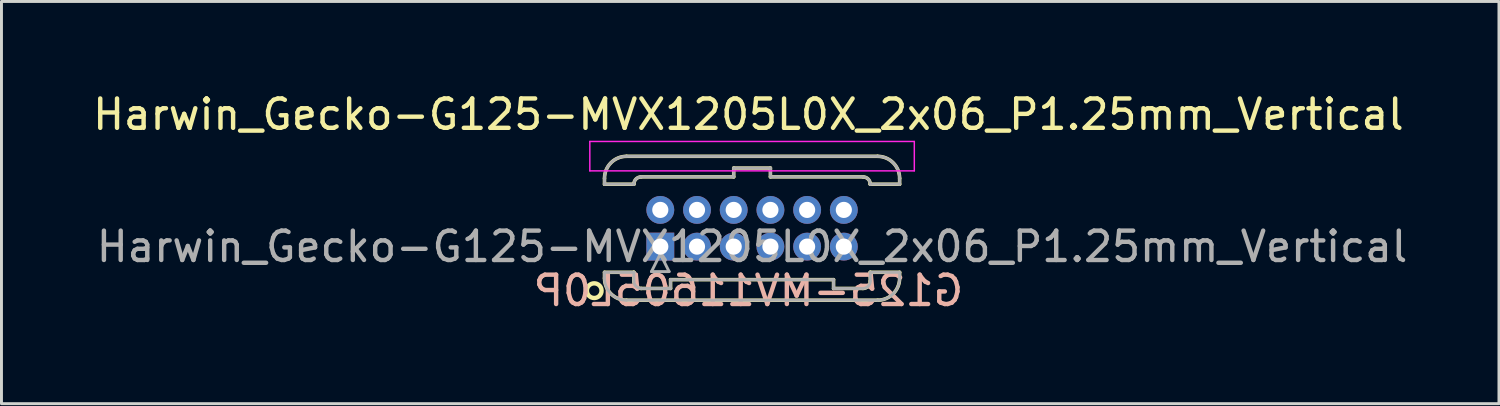
<source format=kicad_pcb>
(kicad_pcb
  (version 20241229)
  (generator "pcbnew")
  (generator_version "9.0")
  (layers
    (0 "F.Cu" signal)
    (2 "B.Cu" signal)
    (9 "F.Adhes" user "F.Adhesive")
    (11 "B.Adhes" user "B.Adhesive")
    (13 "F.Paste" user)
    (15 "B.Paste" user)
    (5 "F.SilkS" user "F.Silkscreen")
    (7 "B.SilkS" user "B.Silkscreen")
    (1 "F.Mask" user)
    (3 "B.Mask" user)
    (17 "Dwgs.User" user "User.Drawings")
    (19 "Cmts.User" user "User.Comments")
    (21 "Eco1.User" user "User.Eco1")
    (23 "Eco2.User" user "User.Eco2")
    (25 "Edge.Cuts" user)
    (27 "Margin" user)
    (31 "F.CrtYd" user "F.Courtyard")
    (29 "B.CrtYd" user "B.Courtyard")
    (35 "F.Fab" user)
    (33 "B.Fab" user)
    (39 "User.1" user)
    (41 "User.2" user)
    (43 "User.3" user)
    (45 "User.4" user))
  (footprint "Harwin_Gecko-G125-MVX1205L0X_2x06_P1.25mm_Vertical"
    (layer "F.Cu")
    (at 19.435 5.348)
    (property "Reference" "Harwin_Gecko-G125-MVX1205L0X_2x06_P1.25mm_Vertical" (at 3 -4.5 0) (layer "F.SilkS") (effects (font (size 1 1) (thickness 0.15))))
    (attr through_hole)
    (fp_line (start -1.9 -2.325) (end -1.9 -2.125) (stroke (width 0.12) (type solid)) (layer "F.SilkS"))
    (fp_line (start -1.9 -2.125) (end -0.9 -2.125) (stroke (width 0.12) (type solid)) (layer "F.SilkS"))
    (fp_line (start -1.9 0.875) (end -0.9 0.875) (stroke (width 0.12) (type solid)) (layer "F.SilkS"))
    (fp_line (start -1.9 1.075) (end -1.9 0.875) (stroke (width 0.12) (type solid)) (layer "F.SilkS"))
    (fp_line (start -1.15 -3.075) (end 7.4 -3.075) (stroke (width 0.12) (type solid)) (layer "F.SilkS"))
    (fp_line (start -1.15 1.825) (end 7.4 1.825) (stroke (width 0.12) (type solid)) (layer "F.SilkS"))
    (fp_line (start -0.9 -2.125) (end -0.9 -2.125) (stroke (width 0.12) (type solid)) (layer "F.SilkS"))
    (fp_line (start -0.9 0.875) (end -0.9 0.875) (stroke (width 0.12) (type solid)) (layer "F.SilkS"))
    (fp_line (start -0.9 1.175) (end -0.9 0.875) (stroke (width 0.12) (type solid)) (layer "F.SilkS"))
    (fp_line (start -0.65 -2.375) (end 2.5 -2.375) (stroke (width 0.12) (type solid)) (layer "F.SilkS"))
    (fp_line (start -0.65 1.425) (end 0.35 1.425) (stroke (width 0.12) (type solid)) (layer "F.SilkS"))
    (fp_line (start 0.35 1.125) (end 5.9 1.125) (stroke (width 0.12) (type solid)) (layer "F.SilkS"))
    (fp_line (start 0.35 1.425) (end 0.35 1.125) (stroke (width 0.12) (type solid)) (layer "F.SilkS"))
    (fp_line (start 2.5 -2.675) (end 3.75 -2.675) (stroke (width 0.12) (type solid)) (layer "F.SilkS"))
    (fp_line (start 2.5 -2.375) (end 2.5 -2.675) (stroke (width 0.12) (type solid)) (layer "F.SilkS"))
    (fp_line (start 3.75 -2.675) (end 3.75 -2.375) (stroke (width 0.12) (type solid)) (layer "F.SilkS"))
    (fp_line (start 3.75 -2.375) (end 6.9 -2.375) (stroke (width 0.12) (type solid)) (layer "F.SilkS"))
    (fp_line (start 5.9 1.125) (end 5.9 1.425) (stroke (width 0.12) (type solid)) (layer "F.SilkS"))
    (fp_line (start 5.9 1.425) (end 6.9 1.425) (stroke (width 0.12) (type solid)) (layer "F.SilkS"))
    (fp_line (start 7.15 -2.125) (end 7.15 -2.125) (stroke (width 0.12) (type solid)) (layer "F.SilkS"))
    (fp_line (start 7.15 0.875) (end 7.15 0.875) (stroke (width 0.12) (type solid)) (layer "F.SilkS"))
    (fp_line (start 7.15 1.175) (end 7.15 0.875) (stroke (width 0.12) (type solid)) (layer "F.SilkS"))
    (fp_line (start 8.15 -2.325) (end 8.15 -2.125) (stroke (width 0.12) (type solid)) (layer "F.SilkS"))
    (fp_line (start 8.15 -2.125) (end 7.15 -2.125) (stroke (width 0.12) (type solid)) (layer "F.SilkS"))
    (fp_line (start 8.15 0.875) (end 7.15 0.875) (stroke (width 0.12) (type solid)) (layer "F.SilkS"))
    (fp_line (start 8.15 1.075) (end 8.15 0.875) (stroke (width 0.12) (type solid)) (layer "F.SilkS"))
    (fp_arc (start -1.9 -2.325) (mid -1.68033 -2.85533) (end -1.15 -3.075) (stroke (width 0.12) (type solid)) (layer "F.SilkS"))
    (fp_arc (start -1.15 1.825) (mid -1.68033 1.60533) (end -1.9 1.075) (stroke (width 0.12) (type solid)) (layer "F.SilkS"))
    (fp_arc (start -0.9 -2.125) (mid -0.826777 -2.301777) (end -0.65 -2.375) (stroke (width 0.12) (type solid)) (layer "F.SilkS"))
    (fp_arc (start -0.65 1.425) (mid -0.826777 1.351777) (end -0.9 1.175) (stroke (width 0.12) (type solid)) (layer "F.SilkS"))
    (fp_arc (start 6.9 -2.375) (mid 7.076777 -2.301777) (end 7.15 -2.125) (stroke (width 0.12) (type solid)) (layer "F.SilkS"))
    (fp_arc (start 7.15 1.175) (mid 7.076777 1.351777) (end 6.9 1.425) (stroke (width 0.12) (type solid)) (layer "F.SilkS"))
    (fp_arc (start 7.4 -3.075) (mid 7.93033 -2.85533) (end 8.15 -2.325) (stroke (width 0.12) (type solid)) (layer "F.SilkS"))
    (fp_arc (start 8.15 1.075) (mid 7.93033 1.60533) (end 7.4 1.825) (stroke (width 0.12) (type solid)) (layer "F.SilkS"))
    (fp_circle (center -2.25 1.5) (end -2 1.5) (stroke (width 0.15) (type solid)) (fill no) (layer "F.SilkS"))
    (fp_line (start -2.4 -3.58) (end -2.4 -2.58) (stroke (width 0.05) (type solid)) (layer "F.CrtYd"))
    (fp_line (start -2.4 -2.58) (end 8.65 -2.58) (stroke (width 0.05) (type solid)) (layer "F.CrtYd"))
    (fp_line (start 8.65 -3.58) (end -2.4 -3.58) (stroke (width 0.05) (type solid)) (layer "F.CrtYd"))
    (fp_line (start 8.65 -2.58) (end 8.65 -3.58) (stroke (width 0.05) (type solid)) (layer "F.CrtYd"))
    (fp_line (start -1.9 -2.325) (end -1.9 -2.125) (stroke (width 0.1) (type solid)) (layer "F.Fab"))
    (fp_line (start -1.9 -2.125) (end -0.9 -2.125) (stroke (width 0.1) (type solid)) (layer "F.Fab"))
    (fp_line (start -1.9 0.875) (end -0.9 0.875) (stroke (width 0.1) (type solid)) (layer "F.Fab"))
    (fp_line (start -1.9 1.075) (end -1.9 0.875) (stroke (width 0.1) (type solid)) (layer "F.Fab"))
    (fp_line (start -1.15 -3.075) (end 7.4 -3.075) (stroke (width 0.1) (type solid)) (layer "F.Fab"))
    (fp_line (start -1.15 1.825) (end 7.4 1.825) (stroke (width 0.1) (type solid)) (layer "F.Fab"))
    (fp_line (start -0.9 -2.125) (end -0.9 -2.125) (stroke (width 0.1) (type solid)) (layer "F.Fab"))
    (fp_line (start -0.9 0.875) (end -0.9 0.875) (stroke (width 0.1) (type solid)) (layer "F.Fab"))
    (fp_line (start -0.9 1.175) (end -0.9 0.875) (stroke (width 0.1) (type solid)) (layer "F.Fab"))
    (fp_line (start -0.65 -2.375) (end 2.5 -2.375) (stroke (width 0.1) (type solid)) (layer "F.Fab"))
    (fp_line (start -0.65 1.425) (end 0.35 1.425) (stroke (width 0.1) (type solid)) (layer "F.Fab"))
    (fp_line (start -0.3 0.85) (end 0.3 0.85) (stroke (width 0.1) (type solid)) (layer "F.Fab"))
    (fp_line (start 0 0.25) (end -0.3 0.85) (stroke (width 0.1) (type solid)) (layer "F.Fab"))
    (fp_line (start 0.3 0.85) (end 0 0.25) (stroke (width 0.1) (type solid)) (layer "F.Fab"))
    (fp_line (start 0.35 1.125) (end 5.9 1.125) (stroke (width 0.1) (type solid)) (layer "F.Fab"))
    (fp_line (start 0.35 1.425) (end 0.35 1.125) (stroke (width 0.1) (type solid)) (layer "F.Fab"))
    (fp_line (start 2.5 -2.675) (end 3.75 -2.675) (stroke (width 0.1) (type solid)) (layer "F.Fab"))
    (fp_line (start 2.5 -2.375) (end 2.5 -2.675) (stroke (width 0.1) (type solid)) (layer "F.Fab"))
    (fp_line (start 3.75 -2.675) (end 3.75 -2.375) (stroke (width 0.1) (type solid)) (layer "F.Fab"))
    (fp_line (start 3.75 -2.375) (end 6.9 -2.375) (stroke (width 0.1) (type solid)) (layer "F.Fab"))
    (fp_line (start 5.9 1.125) (end 5.9 1.425) (stroke (width 0.1) (type solid)) (layer "F.Fab"))
    (fp_line (start 5.9 1.425) (end 6.9 1.425) (stroke (width 0.1) (type solid)) (layer "F.Fab"))
    (fp_line (start 7.15 -2.125) (end 7.15 -2.125) (stroke (width 0.1) (type solid)) (layer "F.Fab"))
    (fp_line (start 7.15 0.875) (end 7.15 0.875) (stroke (width 0.1) (type solid)) (layer "F.Fab"))
    (fp_line (start 7.15 1.175) (end 7.15 0.875) (stroke (width 0.1) (type solid)) (layer "F.Fab"))
    (fp_line (start 8.15 -2.325) (end 8.15 -2.125) (stroke (width 0.1) (type solid)) (layer "F.Fab"))
    (fp_line (start 8.15 -2.125) (end 7.15 -2.125) (stroke (width 0.1) (type solid)) (layer "F.Fab"))
    (fp_line (start 8.15 0.875) (end 7.15 0.875) (stroke (width 0.1) (type solid)) (layer "F.Fab"))
    (fp_line (start 8.15 1.075) (end 8.15 0.875) (stroke (width 0.1) (type solid)) (layer "F.Fab"))
    (fp_arc (start -1.9 -2.325) (mid -1.68033 -2.85533) (end -1.15 -3.075) (stroke (width 0.1) (type solid)) (layer "F.Fab"))
    (fp_arc (start -1.15 1.825) (mid -1.68033 1.60533) (end -1.9 1.075) (stroke (width 0.1) (type solid)) (layer "F.Fab"))
    (fp_arc (start -0.9 -2.125) (mid -0.826777 -2.301777) (end -0.65 -2.375) (stroke (width 0.1) (type solid)) (layer "F.Fab"))
    (fp_arc (start -0.65 1.425) (mid -0.826777 1.351777) (end -0.9 1.175) (stroke (width 0.1) (type solid)) (layer "F.Fab"))
    (fp_arc (start 6.9 -2.375) (mid 7.076777 -2.301777) (end 7.15 -2.125) (stroke (width 0.1) (type solid)) (layer "F.Fab"))
    (fp_arc (start 7.15 1.175) (mid 7.076777 1.351777) (end 6.9 1.425) (stroke (width 0.1) (type solid)) (layer "F.Fab"))
    (fp_arc (start 7.4 -3.075) (mid 7.93033 -2.85533) (end 8.15 -2.325) (stroke (width 0.1) (type solid)) (layer "F.Fab"))
    (fp_arc (start 8.15 1.075) (mid 7.93033 1.60533) (end 7.4 1.825) (stroke (width 0.1) (type solid)) (layer "F.Fab"))
    (fp_text user "G125-MV11605L0P" (at 3 1.5 0) (layer "B.SilkS") (effects (font (size 1 1) (thickness 0.15)) (justify mirror)))
    (fp_text user "${REFERENCE}" (at 3.125 0 0) (layer "F.Fab") (effects (font (size 1 1) (thickness 0.15))))
    (pad "1" thru_hole rect (at 0 0) (size 0.95 0.95) (drill 0.55) (layers "*.Cu" "*.Mask"))
    (pad "2" thru_hole circle (at 1.25 0) (size 0.95 0.95) (drill 0.55) (layers "*.Cu" "*.Mask"))
    (pad "3" thru_hole circle (at 2.5 0) (size 0.95 0.95) (drill 0.55) (layers "*.Cu" "*.Mask"))
    (pad "4" thru_hole circle (at 3.75 0) (size 0.95 0.95) (drill 0.55) (layers "*.Cu" "*.Mask"))
    (pad "5" thru_hole circle (at 5 0) (size 0.95 0.95) (drill 0.55) (layers "*.Cu" "*.Mask"))
    (pad "6" thru_hole circle (at 6.25 0) (size 0.95 0.95) (drill 0.55) (layers "*.Cu" "*.Mask"))
    (pad "7" thru_hole circle (at 0 -1.25) (size 0.95 0.95) (drill 0.55) (layers "*.Cu" "*.Mask"))
    (pad "8" thru_hole circle (at 1.25 -1.25) (size 0.95 0.95) (drill 0.55) (layers "*.Cu" "*.Mask"))
    (pad "9" thru_hole circle (at 2.5 -1.25) (size 0.95 0.95) (drill 0.55) (layers "*.Cu" "*.Mask"))
    (pad "10" thru_hole circle (at 3.75 -1.25) (size 0.95 0.95) (drill 0.55) (layers "*.Cu" "*.Mask"))
    (pad "11" thru_hole circle (at 5 -1.25) (size 0.95 0.95) (drill 0.55) (layers "*.Cu" "*.Mask"))
    (pad "12" thru_hole circle (at 6.25 -1.25) (size 0.95 0.95) (drill 0.55) (layers "*.Cu" "*.Mask")))
  (gr_rect
    (start -3 -3)
    (end 47.994 10.697)
    (stroke (width 0.1) (type default))
    (fill no)
    (layer "Edge.Cuts")))
</source>
